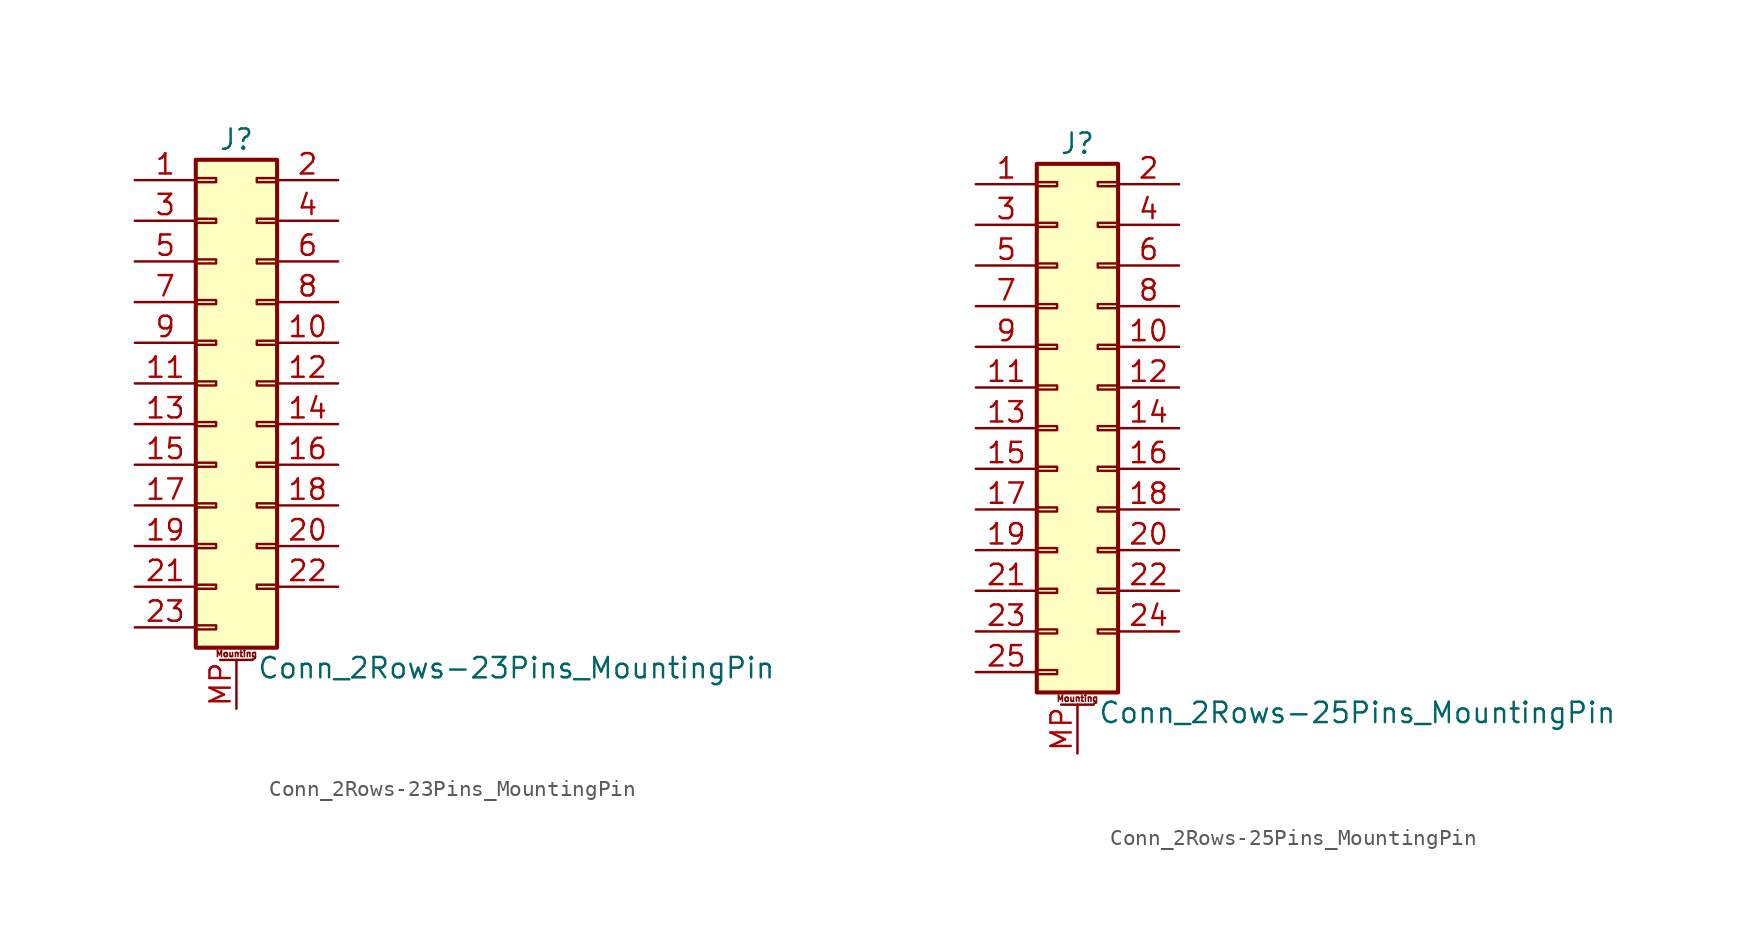
<source format=kicad_sym>
(kicad_symbol_lib
  (version 20200908)
  (generator kicad_symbol_editor)
  (symbol "Connector_Generic_MountingPin:Conn_2Rows-23Pins_MountingPin"
    (pin_names
      (offset 1.016) hide)
    (property "Reference" "J"
      (at 1.27 15.24 0)
      (effects (font (size 1.27 1.27))))
    (property "Value" "Conn_2Rows-23Pins_MountingPin"
      (at 2.54 -17.78 0)
      (effects (font (size 1.27 1.27)) (justify left)))
    (symbol "Conn_2Rows-23Pins_MountingPin_1_1"
      (text "Mounting" (at 1.27 -16.891 0) (effects (font (size 0.381 0.381))))
      (rectangle (start -1.27 -4.953) (end 0 -5.207) (stroke (width 0.152)) (fill (type none)))
      (rectangle (start -1.27 -7.493) (end 0 -7.747) (stroke (width 0.152)) (fill (type none)))
      (rectangle (start -1.27 -10.033) (end 0 -10.287) (stroke (width 0.152)) (fill (type none)))
      (rectangle (start -1.27 -12.573) (end 0 -12.827) (stroke (width 0.152)) (fill (type none)))
      (rectangle (start -1.27 -15.113) (end 0 -15.367) (stroke (width 0.152)) (fill (type none)))
      (rectangle (start -1.27 -2.413) (end 0 -2.667) (stroke (width 0.152)) (fill (type none)))
      (rectangle (start -1.27 2.667) (end 0 2.413) (stroke (width 0.152)) (fill (type none)))
      (rectangle (start -1.27 5.207) (end 0 4.953) (stroke (width 0.152)) (fill (type none)))
      (rectangle (start -1.27 7.747) (end 0 7.493) (stroke (width 0.152)) (fill (type none)))
      (rectangle (start -1.27 10.287) (end 0 10.033) (stroke (width 0.152)) (fill (type none)))
      (rectangle (start -1.27 0.127) (end 0 -0.127) (stroke (width 0.152)) (fill (type none)))
      (rectangle (start -1.27 12.827) (end 0 12.573) (stroke (width 0.152)) (fill (type none)))
      (rectangle (start -1.27 13.97) (end 3.81 -16.51) (stroke (width 0.254)) (fill (type background)))
      (rectangle (start 3.81 -4.953) (end 2.54 -5.207) (stroke (width 0.152)) (fill (type none)))
      (rectangle (start 3.81 -7.493) (end 2.54 -7.747) (stroke (width 0.152)) (fill (type none)))
      (rectangle (start 3.81 -10.033) (end 2.54 -10.287) (stroke (width 0.152)) (fill (type none)))
      (rectangle (start 3.81 -12.573) (end 2.54 -12.827) (stroke (width 0.152)) (fill (type none)))
      (rectangle (start 3.81 -2.413) (end 2.54 -2.667) (stroke (width 0.152)) (fill (type none)))
      (rectangle (start 3.81 2.667) (end 2.54 2.413) (stroke (width 0.152)) (fill (type none)))
      (rectangle (start 3.81 5.207) (end 2.54 4.953) (stroke (width 0.152)) (fill (type none)))
      (rectangle (start 3.81 7.747) (end 2.54 7.493) (stroke (width 0.152)) (fill (type none)))
      (rectangle (start 3.81 10.287) (end 2.54 10.033) (stroke (width 0.152)) (fill (type none)))
      (rectangle (start 3.81 0.127) (end 2.54 -0.127) (stroke (width 0.152)) (fill (type none)))
      (rectangle (start 3.81 12.827) (end 2.54 12.573) (stroke (width 0.152)) (fill (type none)))
      (polyline (pts (xy 0.254 -17.272) (xy 2.286 -17.272)) (stroke (width 0.152)) (fill (type none)))
      (pin passive line (at 1.27 -20.32 90) (length 3.048) (name "MountPin" (effects (font (size 1.27 1.27)))) (number "MP" (effects (font (size 1.27 1.27)))))
      (pin passive line (at -5.08 12.7 0) (length 3.81) (name "Pin_1" (effects (font (size 1.27 1.27)))) (number "1" (effects (font (size 1.27 1.27)))))
      (pin passive line (at 7.62 2.54 180) (length 3.81) (name "Pin_10" (effects (font (size 1.27 1.27)))) (number "10" (effects (font (size 1.27 1.27)))))
      (pin passive line (at -5.08 0 0) (length 3.81) (name "Pin_11" (effects (font (size 1.27 1.27)))) (number "11" (effects (font (size 1.27 1.27)))))
      (pin passive line (at 7.62 0 180) (length 3.81) (name "Pin_12" (effects (font (size 1.27 1.27)))) (number "12" (effects (font (size 1.27 1.27)))))
      (pin passive line (at -5.08 -2.54 0) (length 3.81) (name "Pin_13" (effects (font (size 1.27 1.27)))) (number "13" (effects (font (size 1.27 1.27)))))
      (pin passive line (at 7.62 -2.54 180) (length 3.81) (name "Pin_14" (effects (font (size 1.27 1.27)))) (number "14" (effects (font (size 1.27 1.27)))))
      (pin passive line (at -5.08 -5.08 0) (length 3.81) (name "Pin_15" (effects (font (size 1.27 1.27)))) (number "15" (effects (font (size 1.27 1.27)))))
      (pin passive line (at 7.62 -5.08 180) (length 3.81) (name "Pin_16" (effects (font (size 1.27 1.27)))) (number "16" (effects (font (size 1.27 1.27)))))
      (pin passive line (at -5.08 -7.62 0) (length 3.81) (name "Pin_17" (effects (font (size 1.27 1.27)))) (number "17" (effects (font (size 1.27 1.27)))))
      (pin passive line (at 7.62 -7.62 180) (length 3.81) (name "Pin_18" (effects (font (size 1.27 1.27)))) (number "18" (effects (font (size 1.27 1.27)))))
      (pin passive line (at -5.08 -10.16 0) (length 3.81) (name "Pin_19" (effects (font (size 1.27 1.27)))) (number "19" (effects (font (size 1.27 1.27)))))
      (pin passive line (at 7.62 12.7 180) (length 3.81) (name "Pin_2" (effects (font (size 1.27 1.27)))) (number "2" (effects (font (size 1.27 1.27)))))
      (pin passive line (at 7.62 -10.16 180) (length 3.81) (name "Pin_20" (effects (font (size 1.27 1.27)))) (number "20" (effects (font (size 1.27 1.27)))))
      (pin passive line (at -5.08 -12.7 0) (length 3.81) (name "Pin_21" (effects (font (size 1.27 1.27)))) (number "21" (effects (font (size 1.27 1.27)))))
      (pin passive line (at 7.62 -12.7 180) (length 3.81) (name "Pin_22" (effects (font (size 1.27 1.27)))) (number "22" (effects (font (size 1.27 1.27)))))
      (pin passive line (at -5.08 -15.24 0) (length 3.81) (name "Pin_23" (effects (font (size 1.27 1.27)))) (number "23" (effects (font (size 1.27 1.27)))))
      (pin passive line (at -5.08 10.16 0) (length 3.81) (name "Pin_3" (effects (font (size 1.27 1.27)))) (number "3" (effects (font (size 1.27 1.27)))))
      (pin passive line (at 7.62 10.16 180) (length 3.81) (name "Pin_4" (effects (font (size 1.27 1.27)))) (number "4" (effects (font (size 1.27 1.27)))))
      (pin passive line (at -5.08 7.62 0) (length 3.81) (name "Pin_5" (effects (font (size 1.27 1.27)))) (number "5" (effects (font (size 1.27 1.27)))))
      (pin passive line (at 7.62 7.62 180) (length 3.81) (name "Pin_6" (effects (font (size 1.27 1.27)))) (number "6" (effects (font (size 1.27 1.27)))))
      (pin passive line (at -5.08 5.08 0) (length 3.81) (name "Pin_7" (effects (font (size 1.27 1.27)))) (number "7" (effects (font (size 1.27 1.27)))))
      (pin passive line (at 7.62 5.08 180) (length 3.81) (name "Pin_8" (effects (font (size 1.27 1.27)))) (number "8" (effects (font (size 1.27 1.27)))))
      (pin passive line (at -5.08 2.54 0) (length 3.81) (name "Pin_9" (effects (font (size 1.27 1.27)))) (number "9" (effects (font (size 1.27 1.27)))))))
  (symbol "Connector_Generic_MountingPin:Conn_2Rows-25Pins_MountingPin"
    (pin_names
      (offset 1.016) hide)
    (property "Reference" "J"
      (at 1.27 17.78 0)
      (effects (font (size 1.27 1.27))))
    (property "Value" "Conn_2Rows-25Pins_MountingPin"
      (at 2.54 -17.78 0)
      (effects (font (size 1.27 1.27)) (justify left)))
    (symbol "Conn_2Rows-25Pins_MountingPin_1_1"
      (text "Mounting" (at 1.27 -16.891 0) (effects (font (size 0.381 0.381))))
      (rectangle (start -1.27 -4.953) (end 0 -5.207) (stroke (width 0.152)) (fill (type none)))
      (rectangle (start -1.27 -7.493) (end 0 -7.747) (stroke (width 0.152)) (fill (type none)))
      (rectangle (start -1.27 -10.033) (end 0 -10.287) (stroke (width 0.152)) (fill (type none)))
      (rectangle (start -1.27 -12.573) (end 0 -12.827) (stroke (width 0.152)) (fill (type none)))
      (rectangle (start -1.27 -15.113) (end 0 -15.367) (stroke (width 0.152)) (fill (type none)))
      (rectangle (start -1.27 -2.413) (end 0 -2.667) (stroke (width 0.152)) (fill (type none)))
      (rectangle (start -1.27 2.667) (end 0 2.413) (stroke (width 0.152)) (fill (type none)))
      (rectangle (start -1.27 5.207) (end 0 4.953) (stroke (width 0.152)) (fill (type none)))
      (rectangle (start -1.27 7.747) (end 0 7.493) (stroke (width 0.152)) (fill (type none)))
      (rectangle (start -1.27 10.287) (end 0 10.033) (stroke (width 0.152)) (fill (type none)))
      (rectangle (start -1.27 0.127) (end 0 -0.127) (stroke (width 0.152)) (fill (type none)))
      (rectangle (start -1.27 12.827) (end 0 12.573) (stroke (width 0.152)) (fill (type none)))
      (rectangle (start -1.27 15.367) (end 0 15.113) (stroke (width 0.152)) (fill (type none)))
      (rectangle (start -1.27 16.51) (end 3.81 -16.51) (stroke (width 0.254)) (fill (type background)))
      (rectangle (start 3.81 -4.953) (end 2.54 -5.207) (stroke (width 0.152)) (fill (type none)))
      (rectangle (start 3.81 -7.493) (end 2.54 -7.747) (stroke (width 0.152)) (fill (type none)))
      (rectangle (start 3.81 -10.033) (end 2.54 -10.287) (stroke (width 0.152)) (fill (type none)))
      (rectangle (start 3.81 -12.573) (end 2.54 -12.827) (stroke (width 0.152)) (fill (type none)))
      (rectangle (start 3.81 -2.413) (end 2.54 -2.667) (stroke (width 0.152)) (fill (type none)))
      (rectangle (start 3.81 2.667) (end 2.54 2.413) (stroke (width 0.152)) (fill (type none)))
      (rectangle (start 3.81 5.207) (end 2.54 4.953) (stroke (width 0.152)) (fill (type none)))
      (rectangle (start 3.81 7.747) (end 2.54 7.493) (stroke (width 0.152)) (fill (type none)))
      (rectangle (start 3.81 10.287) (end 2.54 10.033) (stroke (width 0.152)) (fill (type none)))
      (rectangle (start 3.81 0.127) (end 2.54 -0.127) (stroke (width 0.152)) (fill (type none)))
      (rectangle (start 3.81 12.827) (end 2.54 12.573) (stroke (width 0.152)) (fill (type none)))
      (rectangle (start 3.81 15.367) (end 2.54 15.113) (stroke (width 0.152)) (fill (type none)))
      (polyline (pts (xy 0.254 -17.272) (xy 2.286 -17.272)) (stroke (width 0.152)) (fill (type none)))
      (pin passive line (at 1.27 -20.32 90) (length 3.048) (name "MountPin" (effects (font (size 1.27 1.27)))) (number "MP" (effects (font (size 1.27 1.27)))))
      (pin passive line (at -5.08 15.24 0) (length 3.81) (name "Pin_1" (effects (font (size 1.27 1.27)))) (number "1" (effects (font (size 1.27 1.27)))))
      (pin passive line (at 7.62 5.08 180) (length 3.81) (name "Pin_10" (effects (font (size 1.27 1.27)))) (number "10" (effects (font (size 1.27 1.27)))))
      (pin passive line (at -5.08 2.54 0) (length 3.81) (name "Pin_11" (effects (font (size 1.27 1.27)))) (number "11" (effects (font (size 1.27 1.27)))))
      (pin passive line (at 7.62 2.54 180) (length 3.81) (name "Pin_12" (effects (font (size 1.27 1.27)))) (number "12" (effects (font (size 1.27 1.27)))))
      (pin passive line (at -5.08 0 0) (length 3.81) (name "Pin_13" (effects (font (size 1.27 1.27)))) (number "13" (effects (font (size 1.27 1.27)))))
      (pin passive line (at 7.62 0 180) (length 3.81) (name "Pin_14" (effects (font (size 1.27 1.27)))) (number "14" (effects (font (size 1.27 1.27)))))
      (pin passive line (at -5.08 -2.54 0) (length 3.81) (name "Pin_15" (effects (font (size 1.27 1.27)))) (number "15" (effects (font (size 1.27 1.27)))))
      (pin passive line (at 7.62 -2.54 180) (length 3.81) (name "Pin_16" (effects (font (size 1.27 1.27)))) (number "16" (effects (font (size 1.27 1.27)))))
      (pin passive line (at -5.08 -5.08 0) (length 3.81) (name "Pin_17" (effects (font (size 1.27 1.27)))) (number "17" (effects (font (size 1.27 1.27)))))
      (pin passive line (at 7.62 -5.08 180) (length 3.81) (name "Pin_18" (effects (font (size 1.27 1.27)))) (number "18" (effects (font (size 1.27 1.27)))))
      (pin passive line (at -5.08 -7.62 0) (length 3.81) (name "Pin_19" (effects (font (size 1.27 1.27)))) (number "19" (effects (font (size 1.27 1.27)))))
      (pin passive line (at 7.62 15.24 180) (length 3.81) (name "Pin_2" (effects (font (size 1.27 1.27)))) (number "2" (effects (font (size 1.27 1.27)))))
      (pin passive line (at 7.62 -7.62 180) (length 3.81) (name "Pin_20" (effects (font (size 1.27 1.27)))) (number "20" (effects (font (size 1.27 1.27)))))
      (pin passive line (at -5.08 -10.16 0) (length 3.81) (name "Pin_21" (effects (font (size 1.27 1.27)))) (number "21" (effects (font (size 1.27 1.27)))))
      (pin passive line (at 7.62 -10.16 180) (length 3.81) (name "Pin_22" (effects (font (size 1.27 1.27)))) (number "22" (effects (font (size 1.27 1.27)))))
      (pin passive line (at -5.08 -12.7 0) (length 3.81) (name "Pin_23" (effects (font (size 1.27 1.27)))) (number "23" (effects (font (size 1.27 1.27)))))
      (pin passive line (at 7.62 -12.7 180) (length 3.81) (name "Pin_24" (effects (font (size 1.27 1.27)))) (number "24" (effects (font (size 1.27 1.27)))))
      (pin passive line (at -5.08 -15.24 0) (length 3.81) (name "Pin_25" (effects (font (size 1.27 1.27)))) (number "25" (effects (font (size 1.27 1.27)))))
      (pin passive line (at -5.08 12.7 0) (length 3.81) (name "Pin_3" (effects (font (size 1.27 1.27)))) (number "3" (effects (font (size 1.27 1.27)))))
      (pin passive line (at 7.62 12.7 180) (length 3.81) (name "Pin_4" (effects (font (size 1.27 1.27)))) (number "4" (effects (font (size 1.27 1.27)))))
      (pin passive line (at -5.08 10.16 0) (length 3.81) (name "Pin_5" (effects (font (size 1.27 1.27)))) (number "5" (effects (font (size 1.27 1.27)))))
      (pin passive line (at 7.62 10.16 180) (length 3.81) (name "Pin_6" (effects (font (size 1.27 1.27)))) (number "6" (effects (font (size 1.27 1.27)))))
      (pin passive line (at -5.08 7.62 0) (length 3.81) (name "Pin_7" (effects (font (size 1.27 1.27)))) (number "7" (effects (font (size 1.27 1.27)))))
      (pin passive line (at 7.62 7.62 180) (length 3.81) (name "Pin_8" (effects (font (size 1.27 1.27)))) (number "8" (effects (font (size 1.27 1.27)))))
      (pin passive line (at -5.08 5.08 0) (length 3.81) (name "Pin_9" (effects (font (size 1.27 1.27)))) (number "9" (effects (font (size 1.27 1.27))))))))
</source>
